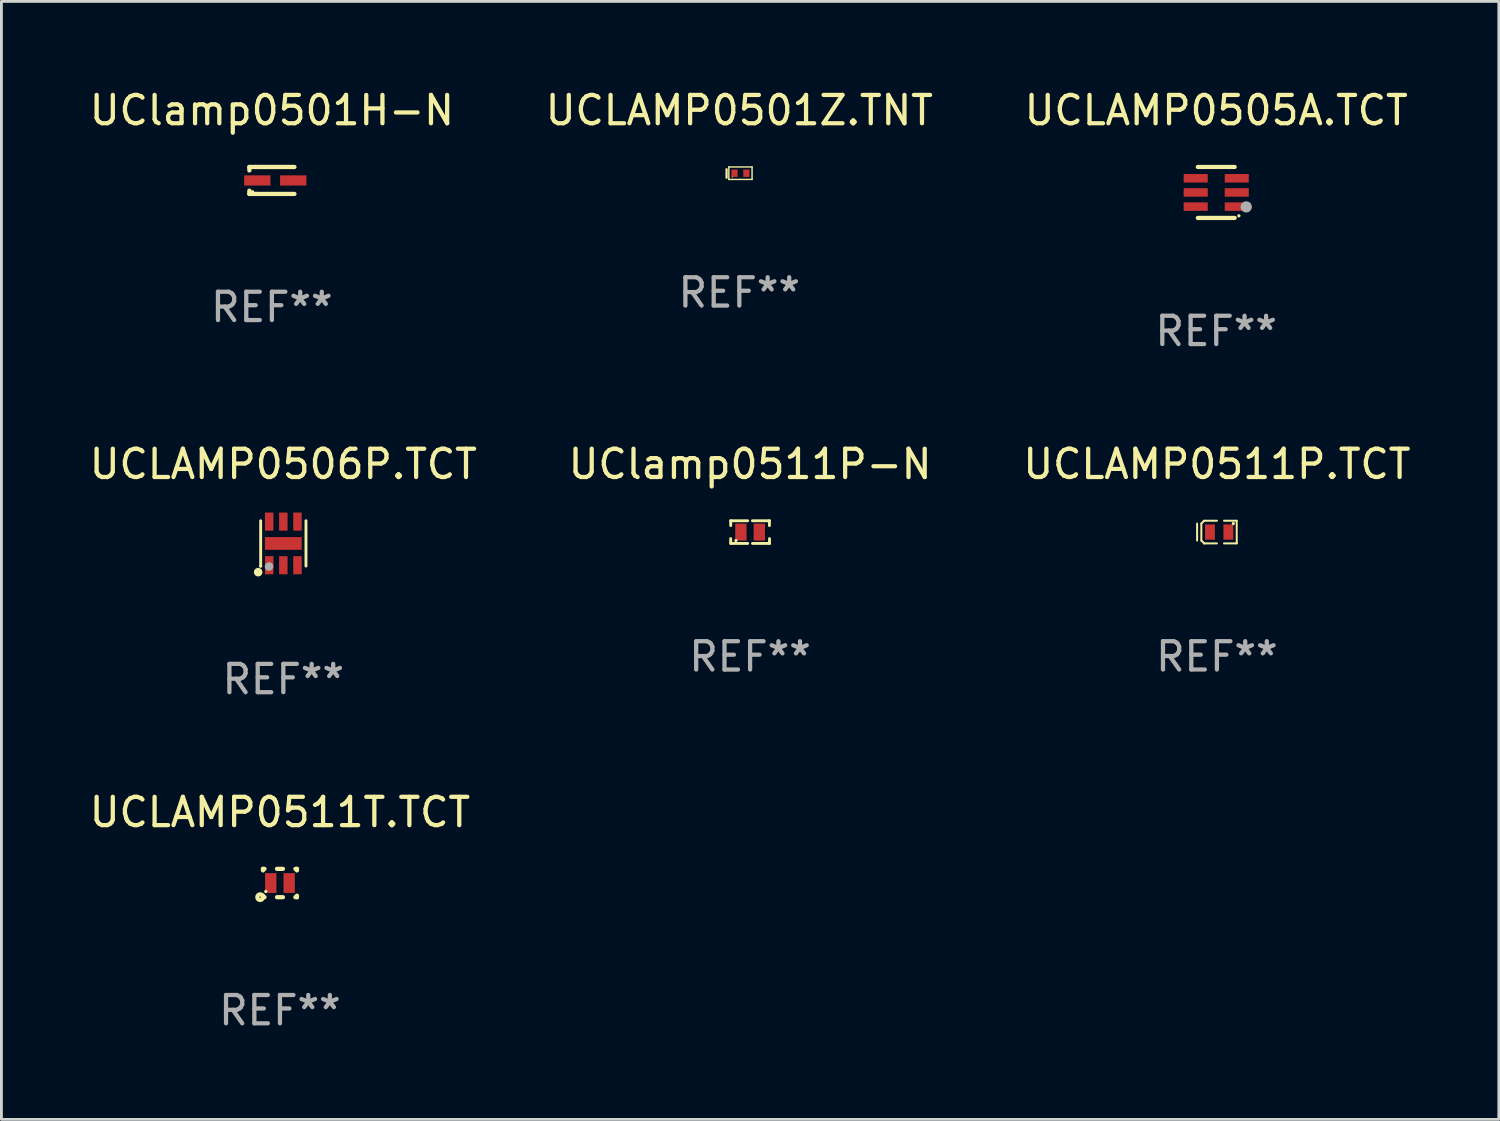
<source format=kicad_pcb>
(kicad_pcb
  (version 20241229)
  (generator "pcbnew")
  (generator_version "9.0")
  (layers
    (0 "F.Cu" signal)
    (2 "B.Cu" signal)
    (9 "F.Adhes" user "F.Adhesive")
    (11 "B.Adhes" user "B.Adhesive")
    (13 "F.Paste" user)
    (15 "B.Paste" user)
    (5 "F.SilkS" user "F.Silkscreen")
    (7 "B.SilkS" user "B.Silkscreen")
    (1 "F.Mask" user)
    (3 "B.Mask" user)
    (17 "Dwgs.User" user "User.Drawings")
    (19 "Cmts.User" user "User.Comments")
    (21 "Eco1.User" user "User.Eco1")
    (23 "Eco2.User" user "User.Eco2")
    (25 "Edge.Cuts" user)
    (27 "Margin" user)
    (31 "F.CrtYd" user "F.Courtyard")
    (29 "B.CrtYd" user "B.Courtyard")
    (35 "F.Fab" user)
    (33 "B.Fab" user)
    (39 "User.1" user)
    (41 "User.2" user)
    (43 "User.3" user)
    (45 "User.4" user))
  (footprint "UCLAMP0511T.TCT"
    (layer "F.Cu")
    (at 6.839 28.141)
    (property "Reference" "UCLAMP0511T.TCT" (at 0 -2.5 0) (layer "F.SilkS") (effects (font (size 1 1) (thickness 0.15))))
    (attr through_hole)
    (fp_line (start -0.6 -0.5) (end -0.546 -0.5) (stroke (width 0.15) (type solid)) (layer "F.SilkS"))
    (fp_line (start -0.6 -0.446) (end -0.6 -0.5) (stroke (width 0.15) (type solid)) (layer "F.SilkS"))
    (fp_line (start -0.6 0.5) (end -0.6 0.446) (stroke (width 0.15) (type solid)) (layer "F.SilkS"))
    (fp_line (start -0.546 0.5) (end -0.6 0.5) (stroke (width 0.15) (type solid)) (layer "F.SilkS"))
    (fp_line (start -0.104 -0.5) (end 0.104 -0.5) (stroke (width 0.15) (type solid)) (layer "F.SilkS"))
    (fp_line (start 0.104 0.5) (end -0.104 0.5) (stroke (width 0.15) (type solid)) (layer "F.SilkS"))
    (fp_line (start 0.546 -0.5) (end 0.6 -0.5) (stroke (width 0.15) (type solid)) (layer "F.SilkS"))
    (fp_line (start 0.6 -0.5) (end 0.6 -0.446) (stroke (width 0.15) (type solid)) (layer "F.SilkS"))
    (fp_line (start 0.6 0.446) (end 0.6 0.5) (stroke (width 0.15) (type solid)) (layer "F.SilkS"))
    (fp_line (start 0.6 0.5) (end 0.546 0.5) (stroke (width 0.15) (type solid)) (layer "F.SilkS"))
    (fp_circle (center -0.7 0.5) (end -0.675 0.5) (stroke (width 0.15) (type solid)) (fill no) (layer "F.SilkS"))
    (fp_circle (center -0.5 0.3) (end -0.47 0.3) (stroke (width 0.06) (type solid)) (fill no) (layer "F.SilkS"))
    (fp_text user "REF**" (at 0 4.5 0) (layer "F.Fab") (effects (font (size 1 1) (thickness 0.15))))
    (pad "1" smd rect (at -0.325 0) (size 0.4 0.7) (layers "F.Cu" "F.Mask" "F.Paste"))
    (pad "2" smd rect (at 0.325 0) (size 0.4 0.7) (layers "F.Cu" "F.Mask" "F.Paste")))
  (footprint "UClamp0511P-N"
    (layer "F.Cu")
    (at 23.446 15.745)
    (property "Reference" "UClamp0511P-N" (at 0 -2.4 0) (layer "F.SilkS") (effects (font (size 1 1) (thickness 0.15))))
    (attr through_hole)
    (fp_line (start -0.685 -0.4) (end -0.685 -0.23) (stroke (width 0.102) (type solid)) (layer "F.SilkS"))
    (fp_line (start -0.685 0.4) (end -0.685 0.23) (stroke (width 0.102) (type solid)) (layer "F.SilkS"))
    (fp_line (start -0.085 -0.4) (end -0.685 -0.4) (stroke (width 0.102) (type solid)) (layer "F.SilkS"))
    (fp_line (start -0.085 0.4) (end -0.685 0.4) (stroke (width 0.102) (type solid)) (layer "F.SilkS"))
    (fp_line (start 0.082 -0.4) (end 0.682 -0.4) (stroke (width 0.102) (type solid)) (layer "F.SilkS"))
    (fp_line (start 0.085 0.4) (end 0.685 0.4) (stroke (width 0.102) (type solid)) (layer "F.SilkS"))
    (fp_line (start 0.682 -0.4) (end 0.682 -0.23) (stroke (width 0.102) (type solid)) (layer "F.SilkS"))
    (fp_line (start 0.685 0.4) (end 0.685 0.23) (stroke (width 0.102) (type solid)) (layer "F.SilkS"))
    (fp_circle (center -0.5 0.3) (end -0.47 0.3) (stroke (width 0.06) (type solid)) (fill no) (layer "F.SilkS"))
    (fp_text user "REF**" (at 0 4.4 0) (layer "F.Fab") (effects (font (size 1 1) (thickness 0.15))))
    (pad "1" smd rect (at -0.325 0) (size 0.4 0.6) (layers "F.Cu" "F.Mask" "F.Paste"))
    (pad "2" smd rect (at 0.325 0) (size 0.4 0.6) (layers "F.Cu" "F.Mask" "F.Paste")))
  (footprint "UClamp0501H-N"
    (layer "F.Cu")
    (at 6.554 3.324)
    (property "Reference" "UClamp0501H-N" (at 0 -2.476 0) (layer "F.SilkS") (effects (font (size 1 1) (thickness 0.15))))
    (attr through_hole)
    (fp_line (start -0.795 -0.476) (end -0.795 -0.356) (stroke (width 0.152) (type solid)) (layer "F.SilkS"))
    (fp_line (start -0.795 0.363) (end -0.795 0.476) (stroke (width 0.152) (type solid)) (layer "F.SilkS"))
    (fp_line (start -0.795 0.476) (end -0.557 0.476) (stroke (width 0.152) (type solid)) (layer "F.SilkS"))
    (fp_line (start -0.557 -0.476) (end -0.795 -0.476) (stroke (width 0.152) (type solid)) (layer "F.SilkS"))
    (fp_line (start -0.557 -0.476) (end 0.795 -0.476) (stroke (width 0.152) (type solid)) (layer "F.SilkS"))
    (fp_line (start -0.557 0.476) (end 0.795 0.476) (stroke (width 0.152) (type solid)) (layer "F.SilkS"))
    (fp_circle (center -0.681 0.4) (end -0.651 0.4) (stroke (width 0.06) (type solid)) (fill no) (layer "F.SilkS"))
    (fp_text user "REF**" (at 0 4.476 0) (layer "F.Fab") (effects (font (size 1 1) (thickness 0.15))))
    (pad "1" smd rect (at -0.516 0 180) (size 0.93 0.36) (layers "F.Cu" "F.Mask" "F.Paste"))
    (pad "2" smd rect (at 0.754 0 180) (size 0.93 0.36) (layers "F.Cu" "F.Mask" "F.Paste")))
  (footprint "UCLAMP0501Z.TNT"
    (layer "F.Cu")
    (at 23.065 3.068)
    (property "Reference" "UCLAMP0501Z.TNT" (at 0 -2.22 0) (layer "F.SilkS") (effects (font (size 1 1) (thickness 0.15))))
    (attr through_hole)
    (fp_line (start -0.45 -0.14) (end -0.45 0.16) (stroke (width 0.08) (type solid)) (layer "F.SilkS"))
    (fp_line (start -0.37 -0.22) (end 0.45 -0.22) (stroke (width 0.051) (type solid)) (layer "F.SilkS"))
    (fp_line (start -0.37 0.22) (end -0.37 -0.22) (stroke (width 0.051) (type solid)) (layer "F.SilkS"))
    (fp_line (start 0.45 -0.22) (end 0.45 0.22) (stroke (width 0.051) (type solid)) (layer "F.SilkS"))
    (fp_line (start 0.45 0.22) (end -0.37 0.22) (stroke (width 0.051) (type solid)) (layer "F.SilkS"))
    (fp_circle (center -0.25 0.14) (end -0.24 0.14) (stroke (width 0.02) (type solid)) (fill no) (layer "F.SilkS"))
    (fp_text user "REF**" (at 0 4.22 0) (layer "F.Fab") (effects (font (size 1 1) (thickness 0.15))))
    (pad "1" smd rect (at -0.17 0 90) (size 0.26 0.22) (layers "F.Cu" "F.Mask" "F.Paste"))
    (pad "2" smd rect (at 0.25 0 90) (size 0.26 0.22) (layers "F.Cu" "F.Mask" "F.Paste")))
  (footprint "UCLAMP0506P.TCT"
    (layer "F.Cu")
    (at 6.958 16.145)
    (property "Reference" "UCLAMP0506P.TCT" (at 0 -2.8 0) (layer "F.SilkS") (effects (font (size 1 1) (thickness 0.15))))
    (attr through_hole)
    (fp_line (start -0.8 0.8) (end -0.8 -0.8) (stroke (width 0.102) (type solid)) (layer "F.SilkS"))
    (fp_line (start 0.8 0.8) (end 0.8 -0.8) (stroke (width 0.102) (type solid)) (layer "F.SilkS"))
    (fp_circle (center -0.889 1.016) (end -0.813 1.016) (stroke (width 0.152) (type solid)) (fill no) (layer "F.SilkS"))
    (fp_circle (center -0.8 0.8) (end -0.77 0.8) (stroke (width 0.06) (type solid)) (fill no) (layer "F.SilkS"))
    (fp_circle (center -0.506 0.815) (end -0.43 0.815) (stroke (width 0.152) (type solid)) (fill no) (layer "F.Fab"))
    (fp_text user "REF**" (at 0 4.8 0) (layer "F.Fab") (effects (font (size 1 1) (thickness 0.15))))
    (pad "1" smd rect (at -0.498 0.77 180) (size 0.3 0.64) (layers "F.Cu" "F.Mask" "F.Paste"))
    (pad "2" smd rect (at -0.000025 0.77 180) (size 0.3 0.64) (layers "F.Cu" "F.Mask" "F.Paste"))
    (pad "3" smd rect (at 0.5 0.77 180) (size 0.3 0.64) (layers "F.Cu" "F.Mask" "F.Paste"))
    (pad "4" smd rect (at 0.5 -0.77 180) (size 0.3 0.64) (layers "F.Cu" "F.Mask" "F.Paste"))
    (pad "5" smd rect (at -0.000025 -0.77) (size 0.3 0.64) (layers "F.Cu" "F.Mask" "F.Paste"))
    (pad "6" smd rect (at -0.5 -0.77) (size 0.3 0.64) (layers "F.Cu" "F.Mask" "F.Paste"))
    (pad "7" smd rect (at -0.002 0.001 90) (size 0.45 1.3) (layers "F.Cu" "F.Mask" "F.Paste")))
  (footprint "UCLAMP0505A.TCT"
    (layer "F.Cu")
    (at 39.911 3.748)
    (property "Reference" "UCLAMP0505A.TCT" (at 0 -2.9 0) (layer "F.SilkS") (effects (font (size 1 1) (thickness 0.15))))
    (attr through_hole)
    (fp_line (start 0.65 -0.9) (end -0.65 -0.9) (stroke (width 0.15) (type solid)) (layer "F.SilkS"))
    (fp_line (start 0.65 0.9) (end -0.65 0.9) (stroke (width 0.15) (type solid)) (layer "F.SilkS"))
    (fp_circle (center 0.8 0.825) (end 0.83 0.825) (stroke (width 0.06) (type solid)) (fill no) (layer "F.SilkS"))
    (fp_circle (center 1.06 0.51) (end 1.16 0.51) (stroke (width 0.2) (type solid)) (fill no) (layer "F.Fab"))
    (fp_text user "REF**" (at 0 4.9 0) (layer "F.Fab") (effects (font (size 1 1) (thickness 0.15))))
    (pad "1" smd rect (at 0.725 0.5 90) (size 0.3 0.85) (layers "F.Cu" "F.Mask" "F.Paste"))
    (pad "2" smd rect (at 0.725 0.000102 90) (size 0.3 0.85) (layers "F.Cu" "F.Mask" "F.Paste"))
    (pad "3" smd rect (at 0.725 -0.5 90) (size 0.3 0.85) (layers "F.Cu" "F.Mask" "F.Paste"))
    (pad "4" smd rect (at -0.725 -0.5 90) (size 0.3 0.85) (layers "F.Cu" "F.Mask" "F.Paste"))
    (pad "5" smd rect (at -0.725 0.000102 90) (size 0.3 0.85) (layers "F.Cu" "F.Mask" "F.Paste"))
    (pad "6" smd rect (at -0.725 0.5 90) (size 0.3 0.85) (layers "F.Cu" "F.Mask" "F.Paste")))
  (footprint "UCLAMP0511P.TCT"
    (layer "F.Cu")
    (at 39.935 15.744)
    (property "Reference" "UCLAMP0511P.TCT" (at 0 -2.4 0) (layer "F.SilkS") (effects (font (size 1 1) (thickness 0.15))))
    (attr through_hole)
    (fp_line (start -0.7 -0.3) (end -0.7 0.3) (stroke (width 0.07) (type solid)) (layer "F.SilkS"))
    (fp_line (start -0.55 -0.301) (end -0.55 0.299) (stroke (width 0.07) (type solid)) (layer "F.SilkS"))
    (fp_line (start -0.451 -0.4) (end -0.55 -0.301) (stroke (width 0.07) (type solid)) (layer "F.SilkS"))
    (fp_line (start -0.45 0.399) (end -0.55 0.299) (stroke (width 0.07) (type solid)) (layer "F.SilkS"))
    (fp_line (start -0.45 0.4) (end -0.45 0.399) (stroke (width 0.07) (type solid)) (layer "F.SilkS"))
    (fp_line (start 0.000038 0.4) (end -0.45 0.4) (stroke (width 0.07) (type solid)) (layer "F.SilkS"))
    (fp_line (start 0.001 -0.4) (end -0.451 -0.4) (stroke (width 0.07) (type solid)) (layer "F.SilkS"))
    (fp_line (start 0.699 -0.4) (end 0.25 -0.4) (stroke (width 0.07) (type solid)) (layer "F.SilkS"))
    (fp_line (start 0.7 0.4) (end 0.25 0.4) (stroke (width 0.07) (type solid)) (layer "F.SilkS"))
    (fp_line (start 0.7 0.4) (end 0.699 -0.4) (stroke (width 0.07) (type solid)) (layer "F.SilkS"))
    (fp_circle (center 0.58 -0.3) (end 0.61 -0.3) (stroke (width 0.06) (type solid)) (fill no) (layer "F.SilkS"))
    (fp_text user "REF**" (at 0 4.4 0) (layer "F.Fab") (effects (font (size 1 1) (thickness 0.15))))
    (pad "1" smd rect (at 0.405 -0.000368 180) (size 0.349 0.54) (layers "F.Cu" "F.Mask" "F.Paste"))
    (pad "2" smd rect (at -0.245 -0.000368 180) (size 0.349 0.54) (layers "F.Cu" "F.Mask" "F.Paste")))
  (gr_rect
    (start -3 -3)
    (end 49.893 36.49)
    (stroke (width 0.1) (type default))
    (fill no)
    (layer "Edge.Cuts")))
</source>
